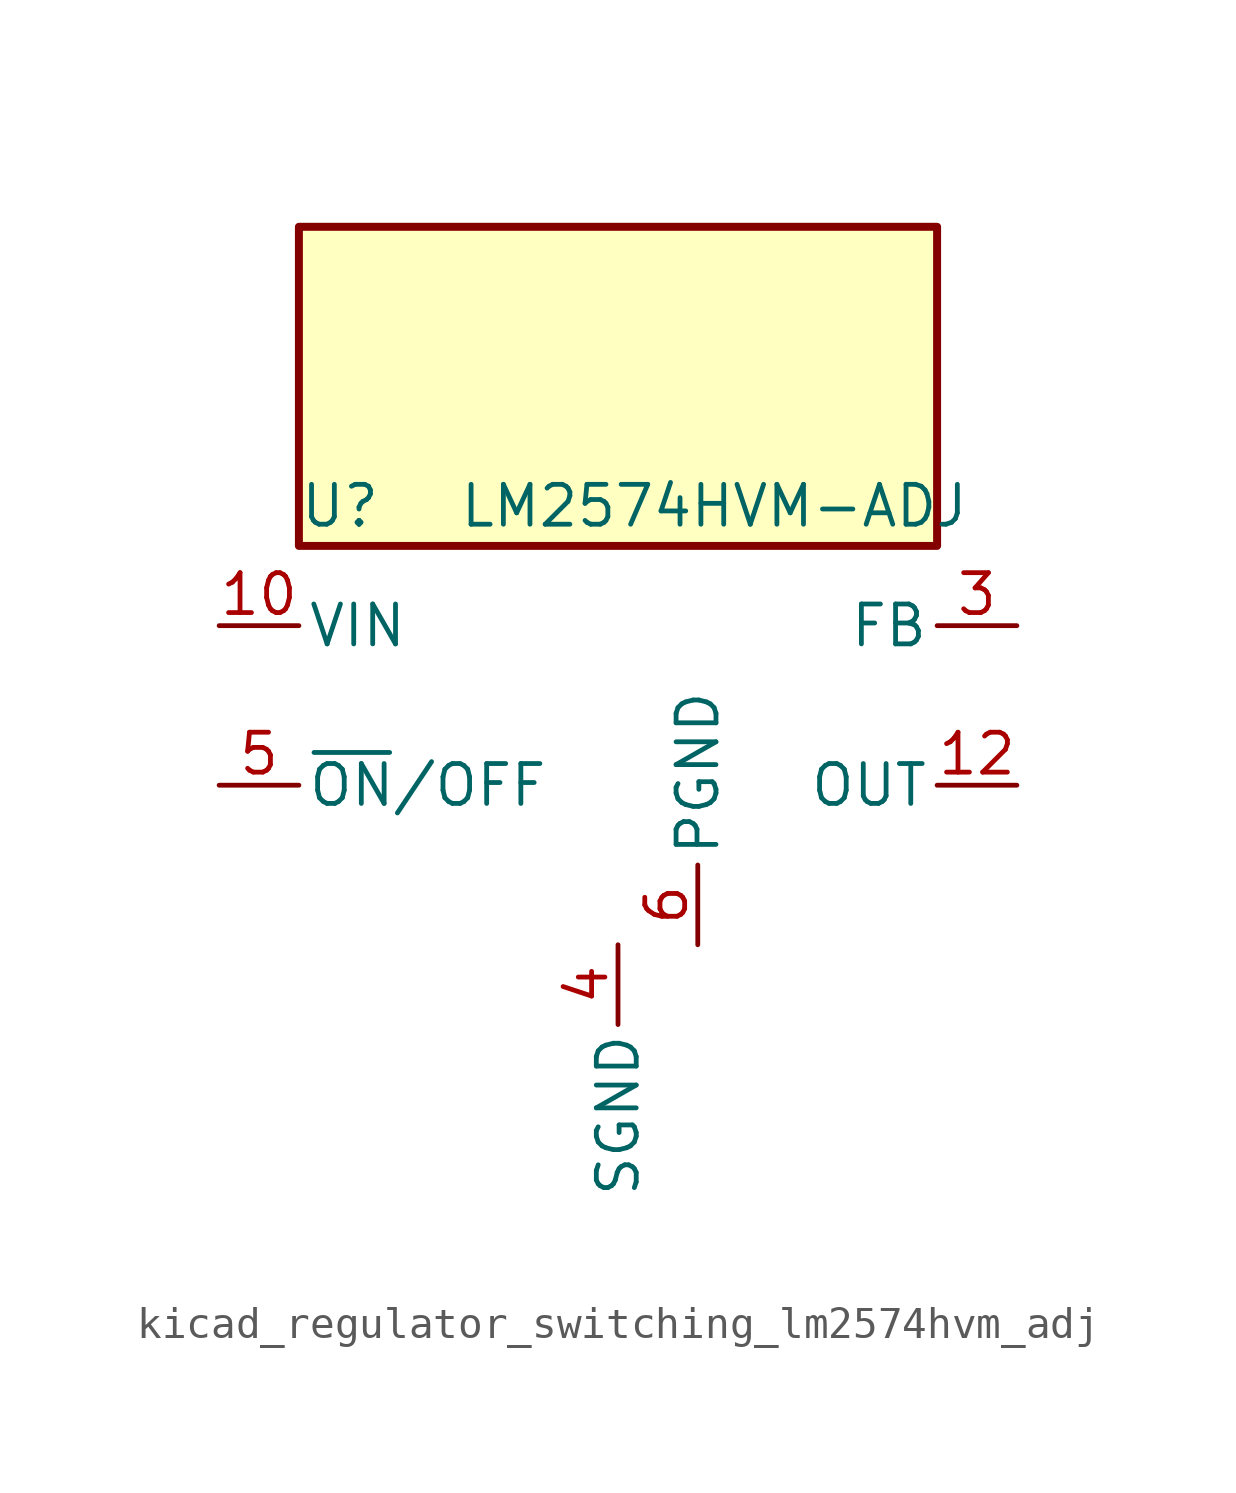
<source format=kicad_sym>
(kicad_symbol_lib
  (version 20220914)
  (generator kicad_symbol_editor)
  (symbol "kicad_regulator_switching_lm2574hvm_adj"
    (pin_names
      (offset 0.254))
    (property "Reference" "U"
      (at -10.16 6.35 0)
      (effects (font (size 1.27 1.27)) (justify left)))
    (property "Value" "LM2574HVM-ADJ"
      (at -5.08 6.35 0)
      (effects (font (size 1.27 1.27)) (justify left)))
    (symbol "kicad_regulator_switching_lm2574hvm_adj_0_1"
      (rectangle (start 10.16 15.24) (end -10.16 5.08) (stroke (width 0.254) (type default)) (fill (type background))))
    (symbol "kicad_regulator_switching_lm2574hvm_adj_1_1"
      (pin power_in line (at -12.7 2.54 0) (length 2.54) (name "VIN" (effects (font (size 1.27 1.27)))) (number "10" (effects (font (size 1.27 1.27)))))
      (pin output line (at 12.7 -2.54 180) (length 2.54) (name "OUT" (effects (font (size 1.27 1.27)))) (number "12" (effects (font (size 1.27 1.27)))))
      (pin input line (at 12.7 2.54 180) (length 2.54) (name "FB" (effects (font (size 1.27 1.27)))) (number "3" (effects (font (size 1.27 1.27)))))
      (pin power_in line (at 0 -7.62 270) (length 2.54) (name "SGND" (effects (font (size 1.27 1.27)))) (number "4" (effects (font (size 1.27 1.27)))))
      (pin input line (at -12.7 -2.54 0) (length 2.54) (name "~{ON}/OFF" (effects (font (size 1.27 1.27)))) (number "5" (effects (font (size 1.27 1.27)))))
      (pin power_in line (at 2.54 -7.62 90) (length 2.54) (name "PGND" (effects (font (size 1.27 1.27)))) (number "6" (effects (font (size 1.27 1.27))))))))
</source>
